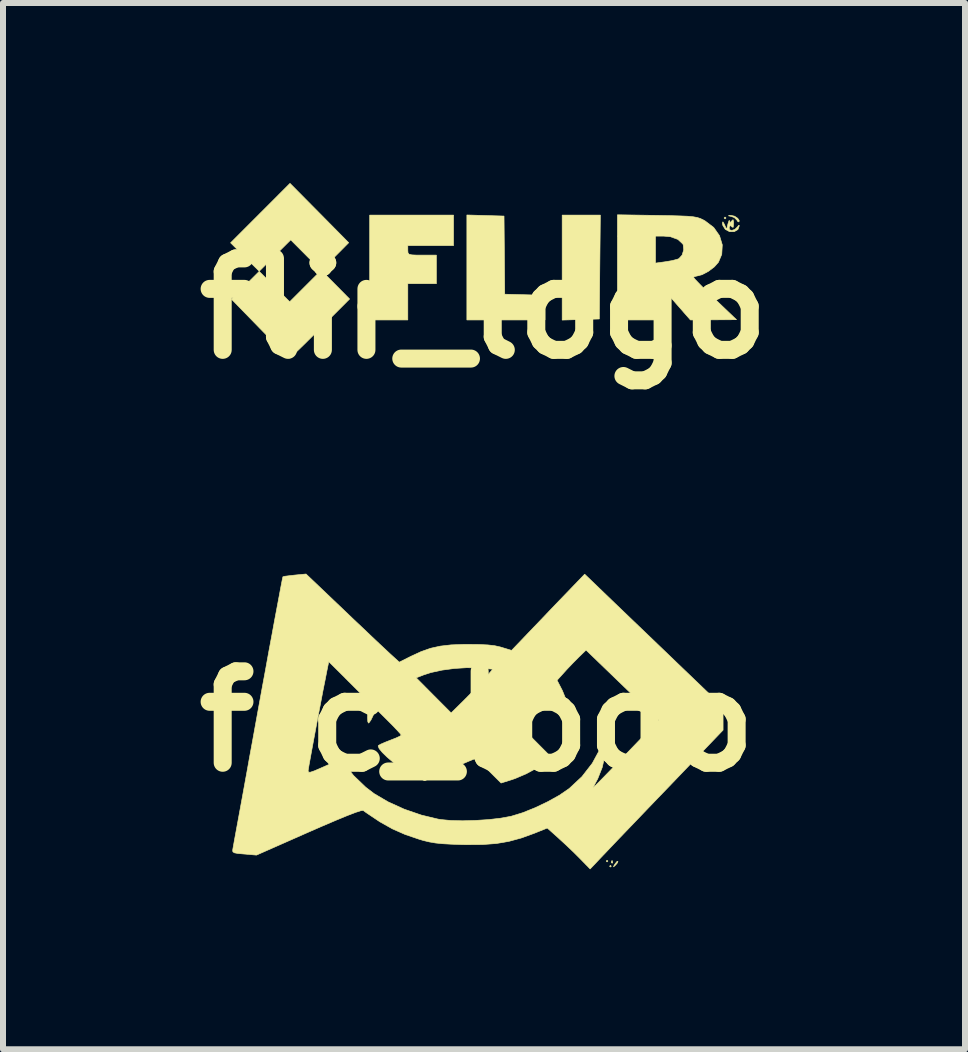
<source format=kicad_pcb>
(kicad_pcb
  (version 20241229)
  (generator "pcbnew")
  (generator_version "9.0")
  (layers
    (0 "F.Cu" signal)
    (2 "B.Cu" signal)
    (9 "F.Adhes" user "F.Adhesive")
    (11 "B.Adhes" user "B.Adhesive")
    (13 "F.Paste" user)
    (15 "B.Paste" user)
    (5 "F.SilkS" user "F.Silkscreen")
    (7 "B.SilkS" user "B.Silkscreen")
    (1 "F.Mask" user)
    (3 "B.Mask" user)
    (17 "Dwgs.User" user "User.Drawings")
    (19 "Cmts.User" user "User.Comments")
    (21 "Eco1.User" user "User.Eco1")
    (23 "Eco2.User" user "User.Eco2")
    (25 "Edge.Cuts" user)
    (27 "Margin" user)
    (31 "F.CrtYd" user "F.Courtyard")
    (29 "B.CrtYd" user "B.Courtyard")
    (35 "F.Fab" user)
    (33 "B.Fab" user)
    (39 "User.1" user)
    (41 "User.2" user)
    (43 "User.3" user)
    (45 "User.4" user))
  (footprint "flir_logo"
    (layer "F.Cu")
    (at 5.015 2.09)
    (property "Reference" "flir_logo" (at 0 0 0) (layer "F.SilkS") (effects (font (size 1.524 1.524) (thickness 0.3))))
    (attr through_hole)
    (fp_poly (pts (xy 4.032 -1.508) (xy 4.016 -1.492) (xy 4 -1.508) (xy 4.016 -1.524) (xy 4.032 -1.508)) (stroke (width 0.01) (type solid)) (fill yes) (layer "F.SilkS"))
    (fp_poly (pts (xy 1.929 -0.691) (xy 1.921 0.175) (xy 1.611 0.184) (xy 1.302 0.193) (xy 1.302 -1.556) (xy 1.938 -1.556) (xy 1.929 -0.691)) (stroke (width 0.01) (type solid)) (fill yes) (layer "F.SilkS"))
    (fp_poly (pts (xy 0.024 -1.549) (xy 0.333 -1.54) (xy 0.339 -0.889) (xy 0.345 -0.238) (xy 0.681 -0.229) (xy 1.016 -0.22) (xy 1.016 0.191) (xy -0.286 0.191) (xy -0.286 -1.558) (xy 0.024 -1.549)) (stroke (width 0.01) (type solid)) (fill yes) (layer "F.SilkS"))
    (fp_poly (pts (xy 4.174 -1.538) (xy 4.227 -1.503) (xy 4.253 -1.463) (xy 4.247 -1.442) (xy 4.224 -1.452) (xy 4.213 -1.473) (xy 4.17 -1.515) (xy 4.122 -1.533) (xy 4.072 -1.544) (xy 4.084 -1.549) (xy 4.116 -1.551) (xy 4.174 -1.538)) (stroke (width 0.01) (type solid)) (fill yes) (layer "F.SilkS"))
    (fp_poly (pts (xy -0.508 -1.048) (xy -1.27 -1.048) (xy -1.27 -0.968) (xy -1.267 -0.928) (xy -1.249 -0.904) (xy -1.203 -0.893) (xy -1.116 -0.889) (xy -1.032 -0.889) (xy -0.794 -0.889) (xy -0.794 -0.413) (xy -1.27 -0.413) (xy -1.27 0.191) (xy -1.905 0.191) (xy -1.905 -1.556) (xy -0.508 -1.556) (xy -0.508 -1.048)) (stroke (width 0.01) (type solid)) (fill yes) (layer "F.SilkS"))
    (fp_poly (pts (xy -2.744 -1.591) (xy -2.255 -1.096) (xy -2.484 -0.865) (xy -2.713 -0.635) (xy -2.476 -0.397) (xy -2.24 -0.158) (xy -2.731 0.334) (xy -2.875 0.477) (xy -3.003 0.604) (xy -3.11 0.708) (xy -3.189 0.783) (xy -3.232 0.821) (xy -3.238 0.825) (xy -3.264 0.803) (xy -3.327 0.743) (xy -3.422 0.649) (xy -3.54 0.53) (xy -3.676 0.391) (xy -3.732 0.334) (xy -4.21 -0.157) (xy -3.746 -0.618) (xy -3.492 -0.365) (xy -3.238 -0.112) (xy -2.977 -0.373) (xy -2.716 -0.634) (xy -2.968 -0.889) (xy -3.221 -1.143) (xy -3.484 -0.882) (xy -3.746 -0.621) (xy -3.985 -0.857) (xy -4.223 -1.094) (xy -3.233 -2.085) (xy -2.744 -1.591)) (stroke (width 0.01) (type solid)) (fill yes) (layer "F.SilkS"))
    (fp_poly (pts (xy 4.158 -1.446) (xy 4.158 -1.413) (xy 4.152 -1.353) (xy 4.134 -1.356) (xy 4.131 -1.36) (xy 4.105 -1.384) (xy 4.085 -1.352) (xy 4.089 -1.312) (xy 4.128 -1.301) (xy 4.179 -1.317) (xy 4.22 -1.357) (xy 4.246 -1.388) (xy 4.254 -1.38) (xy 4.23 -1.315) (xy 4.169 -1.28) (xy 4.091 -1.28) (xy 4.019 -1.319) (xy 4.019 -1.32) (xy 3.979 -1.383) (xy 3.971 -1.423) (xy 3.98 -1.444) (xy 4.005 -1.403) (xy 4.007 -1.397) (xy 4.042 -1.318) (xy 4.065 -1.413) (xy 4.082 -1.464) (xy 4.092 -1.465) (xy 4.092 -1.46) (xy 4.1 -1.429) (xy 4.122 -1.453) (xy 4.128 -1.46) (xy 4.149 -1.48) (xy 4.158 -1.446)) (stroke (width 0.01) (type solid)) (fill yes) (layer "F.SilkS"))
    (fp_poly (pts (xy 2.881 -1.551) (xy 3.103 -1.547) (xy 3.271 -1.542) (xy 3.395 -1.537) (xy 3.486 -1.528) (xy 3.553 -1.516) (xy 3.605 -1.499) (xy 3.653 -1.476) (xy 3.682 -1.46) (xy 3.827 -1.35) (xy 3.924 -1.212) (xy 3.97 -1.06) (xy 3.961 -0.902) (xy 3.906 -0.771) (xy 3.838 -0.694) (xy 3.739 -0.619) (xy 3.633 -0.563) (xy 3.544 -0.54) (xy 3.541 -0.54) (xy 3.498 -0.528) (xy 3.493 -0.517) (xy 3.514 -0.489) (xy 3.575 -0.425) (xy 3.665 -0.333) (xy 3.778 -0.222) (xy 3.85 -0.154) (xy 4.207 0.187) (xy 3.823 0.189) (xy 3.439 0.191) (xy 3.156 -0.132) (xy 2.873 -0.455) (xy 2.864 -0.132) (xy 2.855 0.191) (xy 2.223 0.191) (xy 2.223 -0.756) (xy 2.857 -0.756) (xy 3.024 -0.779) (xy 3.13 -0.797) (xy 3.216 -0.819) (xy 3.246 -0.83) (xy 3.3 -0.889) (xy 3.327 -0.976) (xy 3.319 -1.06) (xy 3.311 -1.076) (xy 3.23 -1.151) (xy 3.104 -1.196) (xy 2.992 -1.206) (xy 2.857 -1.206) (xy 2.857 -0.756) (xy 2.223 -0.756) (xy 2.223 -1.561) (xy 2.881 -1.551)) (stroke (width 0.01) (type solid)) (fill yes) (layer "F.SilkS")))
  (footprint "frc_logo"
    (layer "F.Cu")
    (at 4.906 8.97)
    (property "Reference" "frc_logo" (at 0 0 0) (layer "F.SilkS") (effects (font (size 1.524 1.524) (thickness 0.3))))
    (attr through_hole)
    (fp_poly (pts (xy 2.173 2.328) (xy 2.159 2.342) (xy 2.145 2.328) (xy 2.159 2.314) (xy 2.173 2.328)) (stroke (width 0.01) (type solid)) (fill yes) (layer "F.SilkS"))
    (fp_poly (pts (xy 2.23 2.413) (xy 2.215 2.427) (xy 2.201 2.413) (xy 2.215 2.399) (xy 2.23 2.413)) (stroke (width 0.01) (type solid)) (fill yes) (layer "F.SilkS"))
    (fp_poly (pts (xy 2.248 2.324) (xy 2.252 2.357) (xy 2.248 2.361) (xy 2.232 2.357) (xy 2.23 2.342) (xy 2.24 2.319) (xy 2.248 2.324)) (stroke (width 0.01) (type solid)) (fill yes) (layer "F.SilkS"))
    (fp_poly (pts (xy 2.332 2.357) (xy 2.302 2.393) (xy 2.268 2.424) (xy 2.268 2.414) (xy 2.289 2.379) (xy 2.321 2.337) (xy 2.34 2.33) (xy 2.332 2.357)) (stroke (width 0.01) (type solid)) (fill yes) (layer "F.SilkS"))
    (fp_poly (pts (xy -2.227 -1.856) (xy -2.063 -1.699) (xy -1.904 -1.549) (xy -1.759 -1.411) (xy -1.632 -1.291) (xy -1.531 -1.197) (xy -1.463 -1.133) (xy -1.45 -1.121) (xy -1.303 -0.987) (xy -1.11 -1.084) (xy -0.941 -1.162) (xy -0.783 -1.218) (xy -0.621 -1.254) (xy -0.44 -1.275) (xy -0.223 -1.283) (xy -0.155 -1.283) (xy 0.032 -1.281) (xy 0.175 -1.274) (xy 0.287 -1.261) (xy 0.381 -1.24) (xy 0.404 -1.233) (xy 0.568 -1.183) (xy 0.954 -1.586) (xy 1.092 -1.73) (xy 1.234 -1.879) (xy 1.37 -2.021) (xy 1.488 -2.143) (xy 1.563 -2.221) (xy 1.786 -2.453) (xy 2.174 -2.08) (xy 2.288 -1.97) (xy 2.435 -1.829) (xy 2.607 -1.664) (xy 2.796 -1.483) (xy 2.993 -1.294) (xy 3.191 -1.104) (xy 3.326 -0.974) (xy 4.091 -0.24) (xy 4.092 -0.047) (xy 4.092 0.145) (xy 3.194 1.082) (xy 3.001 1.282) (xy 2.813 1.478) (xy 2.635 1.664) (xy 2.472 1.834) (xy 2.329 1.983) (xy 2.212 2.106) (xy 2.125 2.198) (xy 2.086 2.238) (xy 1.877 2.459) (xy 1.707 2.285) (xy 1.6 2.178) (xy 1.475 2.059) (xy 1.358 1.952) (xy 1.351 1.945) (xy 1.163 1.777) (xy 0.947 1.864) (xy 0.729 1.943) (xy 0.523 1.999) (xy 0.313 2.035) (xy 0.083 2.052) (xy -0.183 2.054) (xy -0.254 2.053) (xy -0.441 2.046) (xy -0.585 2.038) (xy -0.7 2.026) (xy -0.8 2.009) (xy -0.9 1.985) (xy -0.971 1.964) (xy -1.204 1.885) (xy -1.417 1.791) (xy -1.627 1.673) (xy -1.851 1.523) (xy -1.904 1.484) (xy -1.942 1.488) (xy -2.03 1.516) (xy -2.168 1.569) (xy -2.357 1.647) (xy -2.596 1.749) (xy -2.811 1.843) (xy -3.683 2.228) (xy -3.886 2.21) (xy -3.991 2.201) (xy -4.05 2.19) (xy -4.076 2.173) (xy -4.079 2.145) (xy -4.075 2.12) (xy -4.068 2.081) (xy -4.052 1.991) (xy -4.027 1.854) (xy -3.994 1.675) (xy -3.954 1.457) (xy -3.908 1.206) (xy -3.857 0.925) (xy -3.839 0.827) (xy -2.822 0.827) (xy -2.814 0.846) (xy -2.782 0.846) (xy -2.718 0.824) (xy -2.627 0.785) (xy -2.432 0.699) (xy -2.442 0.427) (xy -2.445 0.32) (xy -2.445 0.247) (xy -2.441 0.216) (xy -2.437 0.225) (xy -2.36 0.456) (xy -2.233 0.685) (xy -2.065 0.902) (xy -1.862 1.097) (xy -1.722 1.204) (xy -1.489 1.341) (xy -1.22 1.463) (xy -0.936 1.561) (xy -0.657 1.628) (xy -0.607 1.636) (xy -0.446 1.651) (xy -0.248 1.656) (xy -0.032 1.65) (xy 0.186 1.636) (xy 0.386 1.613) (xy 0.55 1.583) (xy 0.564 1.58) (xy 0.755 1.521) (xy 0.964 1.437) (xy 1.173 1.337) (xy 1.364 1.231) (xy 1.519 1.125) (xy 1.531 1.116) (xy 1.74 0.921) (xy 1.913 0.698) (xy 2.042 0.46) (xy 2.103 0.288) (xy 2.14 0.155) (xy 2.142 0.34) (xy 2.127 0.554) (xy 2.078 0.768) (xy 2.003 0.957) (xy 1.99 0.981) (xy 1.953 1.05) (xy 1.933 1.093) (xy 1.932 1.101) (xy 1.952 1.081) (xy 2.007 1.026) (xy 2.091 0.941) (xy 2.199 0.83) (xy 2.325 0.7) (xy 2.465 0.554) (xy 2.479 0.54) (xy 3.019 -0.021) (xy 1.809 -1.188) (xy 1.684 -1.067) (xy 1.59 -0.972) (xy 1.49 -0.867) (xy 1.443 -0.815) (xy 1.326 -0.685) (xy 1.414 -0.515) (xy 1.486 -0.337) (xy 1.517 -0.159) (xy 1.521 -0.048) (xy 1.512 0.013) (xy 1.493 0.023) (xy 1.464 -0.019) (xy 1.444 -0.069) (xy 1.411 -0.131) (xy 1.357 -0.211) (xy 1.29 -0.296) (xy 1.223 -0.373) (xy 1.165 -0.429) (xy 1.128 -0.452) (xy 1.127 -0.452) (xy 1.099 -0.432) (xy 1.04 -0.38) (xy 0.961 -0.304) (xy 0.877 -0.219) (xy 0.652 0.014) (xy 0.94 0.305) (xy 1.228 0.595) (xy 1.129 0.678) (xy 0.987 0.778) (xy 0.812 0.873) (xy 0.627 0.952) (xy 0.556 0.976) (xy 0.393 1.027) (xy 0.189 0.824) (xy 0.102 0.739) (xy 0.028 0.672) (xy -0.021 0.63) (xy -0.036 0.621) (xy -0.068 0.632) (xy -0.142 0.662) (xy -0.249 0.708) (xy -0.379 0.765) (xy -0.468 0.805) (xy -0.88 0.989) (xy -1.091 0.888) (xy -1.192 0.832) (xy -1.3 0.759) (xy -1.408 0.678) (xy -1.506 0.595) (xy -1.585 0.518) (xy -1.638 0.454) (xy -1.655 0.411) (xy -1.651 0.402) (xy -1.611 0.379) (xy -1.535 0.346) (xy -1.446 0.311) (xy -1.357 0.276) (xy -1.294 0.247) (xy -1.27 0.229) (xy -1.289 0.202) (xy -1.34 0.146) (xy -1.414 0.068) (xy -1.481 0.000429) (xy -1.692 -0.209) (xy -1.742 -0.091) (xy -1.777 -0.02) (xy -1.808 0.023) (xy -1.817 0.028) (xy -1.828 0.003) (xy -1.832 -0.064) (xy -1.828 -0.152) (xy -1.813 -0.332) (xy -2.146 -0.664) (xy -2.207 -0.726) (xy -1.021 -0.726) (xy -0.73 -0.433) (xy -0.439 -0.141) (xy -0.231 -0.346) (xy -0.123 -0.455) (xy -0.012 -0.571) (xy 0.084 -0.675) (xy 0.116 -0.71) (xy 0.255 -0.87) (xy 0.009 -0.89) (xy -0.178 -0.895) (xy -0.385 -0.882) (xy -0.593 -0.854) (xy -0.78 -0.813) (xy -0.902 -0.773) (xy -1.021 -0.726) (xy -2.207 -0.726) (xy -2.478 -0.995) (xy -2.509 -0.843) (xy -2.538 -0.694) (xy -2.573 -0.52) (xy -2.609 -0.33) (xy -2.647 -0.131) (xy -2.685 0.069) (xy -2.721 0.261) (xy -2.754 0.438) (xy -2.782 0.591) (xy -2.804 0.712) (xy -2.818 0.794) (xy -2.822 0.827) (xy -3.839 0.827) (xy -3.802 0.619) (xy -3.742 0.292) (xy -3.68 -0.051) (xy -3.657 -0.178) (xy -3.594 -0.524) (xy -3.533 -0.854) (xy -3.477 -1.164) (xy -3.424 -1.448) (xy -3.377 -1.704) (xy -3.335 -1.927) (xy -3.3 -2.113) (xy -3.273 -2.258) (xy -3.254 -2.356) (xy -3.243 -2.406) (xy -3.242 -2.41) (xy -3.211 -2.418) (xy -3.139 -2.427) (xy -3.044 -2.438) (xy -2.857 -2.456) (xy -2.227 -1.856)) (stroke (width 0.01) (type solid)) (fill yes) (layer "F.SilkS")))
  (gr_rect
    (start -3 -3)
    (end 13.029 14.433)
    (stroke (width 0.1) (type default))
    (fill no)
    (layer "Edge.Cuts")))
</source>
